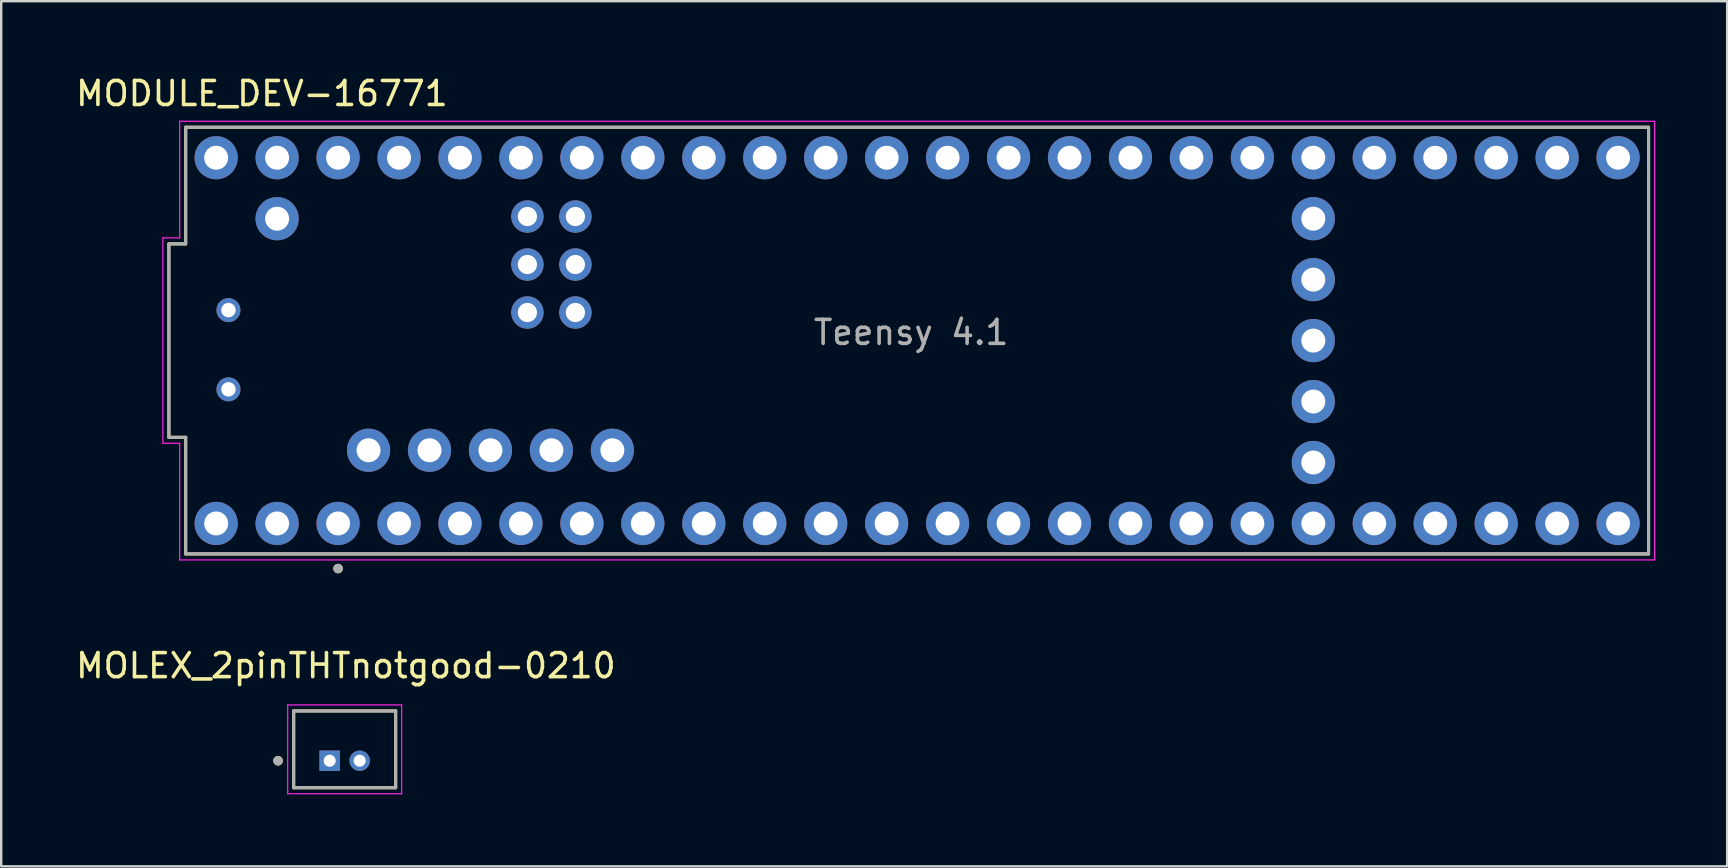
<source format=kicad_pcb>
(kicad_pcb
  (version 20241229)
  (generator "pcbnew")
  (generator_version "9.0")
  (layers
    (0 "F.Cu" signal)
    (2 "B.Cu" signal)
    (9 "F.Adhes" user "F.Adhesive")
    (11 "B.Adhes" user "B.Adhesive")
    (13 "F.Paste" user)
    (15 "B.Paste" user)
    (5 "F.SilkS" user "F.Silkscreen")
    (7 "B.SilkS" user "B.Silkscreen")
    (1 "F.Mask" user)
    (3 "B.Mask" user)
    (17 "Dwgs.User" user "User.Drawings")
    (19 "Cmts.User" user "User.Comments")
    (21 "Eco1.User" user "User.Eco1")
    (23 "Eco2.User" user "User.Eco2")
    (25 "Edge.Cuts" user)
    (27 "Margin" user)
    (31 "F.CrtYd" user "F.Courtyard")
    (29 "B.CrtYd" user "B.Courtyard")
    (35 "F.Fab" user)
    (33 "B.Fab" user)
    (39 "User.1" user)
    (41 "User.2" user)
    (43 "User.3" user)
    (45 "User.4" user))
  (footprint "MOLEX_2pinTHTnotgood-0210"
    (layer "F.Cu")
    (at 11.313 28.651)
    (property "Reference" "MOLEX_2pinTHTnotgood-0210" (at 0.05 -3.96 0) (layer "F.SilkS") (effects (font (size 1 1) (thickness 0.15))))
    (attr through_hole)
    (fp_line (start -2.125 1.125) (end -2.125 -2.075) (stroke (width 0.127) (type solid)) (layer "F.SilkS"))
    (fp_line (start 2.125 -2.075) (end -2.125 -2.075) (stroke (width 0.127) (type solid)) (layer "F.SilkS"))
    (fp_line (start 2.125 -2.075) (end 2.125 1.125) (stroke (width 0.127) (type solid)) (layer "F.SilkS"))
    (fp_line (start 2.125 1.125) (end -2.125 1.125) (stroke (width 0.127) (type solid)) (layer "F.SilkS"))
    (fp_circle (center -2.775 0) (end -2.675 0) (stroke (width 0.2) (type solid)) (fill no) (layer "F.SilkS"))
    (fp_line (start -2.375 -2.325) (end 2.375 -2.325) (stroke (width 0.05) (type solid)) (layer "F.CrtYd"))
    (fp_line (start -2.375 1.375) (end -2.375 -2.325) (stroke (width 0.05) (type solid)) (layer "F.CrtYd"))
    (fp_line (start 2.375 -2.325) (end 2.375 1.375) (stroke (width 0.05) (type solid)) (layer "F.CrtYd"))
    (fp_line (start 2.375 1.375) (end -2.375 1.375) (stroke (width 0.05) (type solid)) (layer "F.CrtYd"))
    (fp_line (start -2.125 -2.075) (end 2.125 -2.075) (stroke (width 0.127) (type solid)) (layer "F.Fab"))
    (fp_line (start -2.125 1.125) (end -2.125 -2.075) (stroke (width 0.127) (type solid)) (layer "F.Fab"))
    (fp_line (start 2.125 -2.075) (end 2.125 1.125) (stroke (width 0.127) (type solid)) (layer "F.Fab"))
    (fp_line (start 2.125 1.125) (end -2.125 1.125) (stroke (width 0.127) (type solid)) (layer "F.Fab"))
    (fp_circle (center -2.775 0) (end -2.675 0) (stroke (width 0.2) (type solid)) (fill no) (layer "F.Fab"))
    (pad "01" thru_hole rect (at -0.625 0) (size 0.85 0.85) (drill 0.5) (layers "*.Cu" "*.Mask"))
    (pad "02" thru_hole circle (at 0.625 0) (size 0.85 0.85) (drill 0.5) (layers "*.Cu" "*.Mask")))
  (footprint "MODULE_DEV-16771"
    (layer "F.Cu")
    (at 32.378 11.143)
    (property "Reference" "MODULE_DEV-16771" (at -24.515 -10.295 0) (layer "F.SilkS") (effects (font (size 1 1) (thickness 0.15))))
    (attr through_hole)
    (fp_line (start -28.39 4.03) (end -28.39 -4.03) (stroke (width 0.127) (type solid)) (layer "F.SilkS"))
    (fp_line (start -27.69 -8.89) (end -27.69 -4.03) (stroke (width 0.127) (type solid)) (layer "F.SilkS"))
    (fp_line (start -27.69 -8.89) (end 33.27 -8.89) (stroke (width 0.127) (type solid)) (layer "F.SilkS"))
    (fp_line (start -27.69 -4.03) (end -28.39 -4.03) (stroke (width 0.127) (type solid)) (layer "F.SilkS"))
    (fp_line (start -27.69 4.03) (end -28.39 4.03) (stroke (width 0.127) (type solid)) (layer "F.SilkS"))
    (fp_line (start -27.69 8.89) (end -27.69 4.03) (stroke (width 0.127) (type solid)) (layer "F.SilkS"))
    (fp_line (start 33.27 -8.89) (end 33.27 8.89) (stroke (width 0.127) (type solid)) (layer "F.SilkS"))
    (fp_line (start 33.27 8.89) (end -27.69 8.89) (stroke (width 0.127) (type solid)) (layer "F.SilkS"))
    (fp_circle (center -21.34 9.5) (end -21.24 9.5) (stroke (width 0.2) (type solid)) (fill no) (layer "F.SilkS"))
    (fp_line (start -28.64 4.28) (end -28.64 -4.28) (stroke (width 0.05) (type solid)) (layer "F.CrtYd"))
    (fp_line (start -27.94 -9.14) (end -27.94 -4.28) (stroke (width 0.05) (type solid)) (layer "F.CrtYd"))
    (fp_line (start -27.94 -9.14) (end 33.52 -9.14) (stroke (width 0.05) (type solid)) (layer "F.CrtYd"))
    (fp_line (start -27.94 -4.28) (end -28.64 -4.28) (stroke (width 0.05) (type solid)) (layer "F.CrtYd"))
    (fp_line (start -27.94 4.28) (end -28.64 4.28) (stroke (width 0.05) (type solid)) (layer "F.CrtYd"))
    (fp_line (start -27.94 9.14) (end -27.94 4.28) (stroke (width 0.05) (type solid)) (layer "F.CrtYd"))
    (fp_line (start 33.52 -9.14) (end 33.52 9.14) (stroke (width 0.05) (type solid)) (layer "F.CrtYd"))
    (fp_line (start 33.52 9.14) (end -27.94 9.14) (stroke (width 0.05) (type solid)) (layer "F.CrtYd"))
    (fp_line (start -28.39 4.03) (end -28.39 -4.03) (stroke (width 0.127) (type solid)) (layer "F.Fab"))
    (fp_line (start -27.69 -8.89) (end -27.69 -4.03) (stroke (width 0.127) (type solid)) (layer "F.Fab"))
    (fp_line (start -27.69 -8.89) (end 33.27 -8.89) (stroke (width 0.127) (type solid)) (layer "F.Fab"))
    (fp_line (start -27.69 -4.03) (end -28.39 -4.03) (stroke (width 0.127) (type solid)) (layer "F.Fab"))
    (fp_line (start -27.69 4.03) (end -28.39 4.03) (stroke (width 0.127) (type solid)) (layer "F.Fab"))
    (fp_line (start -27.69 8.89) (end -27.69 4.03) (stroke (width 0.127) (type solid)) (layer "F.Fab"))
    (fp_line (start 33.27 -8.89) (end 33.27 8.89) (stroke (width 0.127) (type solid)) (layer "F.Fab"))
    (fp_line (start 33.27 8.89) (end -27.69 8.89) (stroke (width 0.127) (type solid)) (layer "F.Fab"))
    (fp_circle (center -21.34 9.5) (end -21.24 9.5) (stroke (width 0.2) (type solid)) (fill no) (layer "F.Fab"))
    (fp_text user "Teensy 4.1" (at 2.54 -0.34 0) (layer "F.Fab") (effects (font (size 1 1) (thickness 0.15))))
    (pad "0" thru_hole circle (at -23.88 7.62) (size 1.8 1.8) (drill 1) (layers "*.Cu" "*.Mask"))
    (pad "1" thru_hole circle (at -21.34 7.62) (size 1.8 1.8) (drill 1) (layers "*.Cu" "*.Mask"))
    (pad "2" thru_hole circle (at -18.8 7.62) (size 1.8 1.8) (drill 1) (layers "*.Cu" "*.Mask"))
    (pad "3" thru_hole circle (at -16.26 7.62) (size 1.8 1.8) (drill 1) (layers "*.Cu" "*.Mask"))
    (pad "3.3V_1" thru_hole circle (at 9.14 7.62) (size 1.8 1.8) (drill 1) (layers "*.Cu" "*.Mask"))
    (pad "3.3V_2" thru_hole circle (at -21.34 -7.62) (size 1.8 1.8) (drill 1) (layers "*.Cu" "*.Mask"))
    (pad "3.3V_3" thru_hole circle (at 19.3 2.54) (size 1.8 1.8) (drill 1) (layers "*.Cu" "*.Mask"))
    (pad "4" thru_hole circle (at -13.72 7.62) (size 1.8 1.8) (drill 1) (layers "*.Cu" "*.Mask"))
    (pad "5" thru_hole circle (at -11.18 7.62) (size 1.8 1.8) (drill 1) (layers "*.Cu" "*.Mask"))
    (pad "5V" thru_hole circle (at -20.07 4.57) (size 1.8 1.8) (drill 1) (layers "*.Cu" "*.Mask"))
    (pad "6" thru_hole circle (at -8.64 7.62) (size 1.8 1.8) (drill 1) (layers "*.Cu" "*.Mask"))
    (pad "7" thru_hole circle (at -6.1 7.62) (size 1.8 1.8) (drill 1) (layers "*.Cu" "*.Mask"))
    (pad "8" thru_hole circle (at -3.56 7.62) (size 1.8 1.8) (drill 1) (layers "*.Cu" "*.Mask"))
    (pad "9" thru_hole circle (at -1.02 7.62) (size 1.8 1.8) (drill 1) (layers "*.Cu" "*.Mask"))
    (pad "10" thru_hole circle (at 1.52 7.62) (size 1.8 1.8) (drill 1) (layers "*.Cu" "*.Mask"))
    (pad "11" thru_hole circle (at 4.06 7.62) (size 1.8 1.8) (drill 1) (layers "*.Cu" "*.Mask"))
    (pad "12" thru_hole circle (at 6.6 7.62) (size 1.8 1.8) (drill 1) (layers "*.Cu" "*.Mask"))
    (pad "13" thru_hole circle (at 6.6 -7.62) (size 1.8 1.8) (drill 1) (layers "*.Cu" "*.Mask"))
    (pad "14" thru_hole circle (at 4.06 -7.62) (size 1.8 1.8) (drill 1) (layers "*.Cu" "*.Mask"))
    (pad "15" thru_hole circle (at 1.52 -7.62) (size 1.8 1.8) (drill 1) (layers "*.Cu" "*.Mask"))
    (pad "16" thru_hole circle (at -1.02 -7.62) (size 1.8 1.8) (drill 1) (layers "*.Cu" "*.Mask"))
    (pad "17" thru_hole circle (at -3.56 -7.62) (size 1.8 1.8) (drill 1) (layers "*.Cu" "*.Mask"))
    (pad "18" thru_hole circle (at -6.1 -7.62) (size 1.8 1.8) (drill 1) (layers "*.Cu" "*.Mask"))
    (pad "19" thru_hole circle (at -8.64 -7.62) (size 1.8 1.8) (drill 1) (layers "*.Cu" "*.Mask"))
    (pad "20" thru_hole circle (at -11.18 -7.62) (size 1.8 1.8) (drill 1) (layers "*.Cu" "*.Mask"))
    (pad "21" thru_hole circle (at -13.72 -7.62) (size 1.8 1.8) (drill 1) (layers "*.Cu" "*.Mask"))
    (pad "22" thru_hole circle (at -16.26 -7.62) (size 1.8 1.8) (drill 1) (layers "*.Cu" "*.Mask"))
    (pad "23" thru_hole circle (at -18.8 -7.62) (size 1.8 1.8) (drill 1) (layers "*.Cu" "*.Mask"))
    (pad "24" thru_hole circle (at 11.68 7.62) (size 1.8 1.8) (drill 1) (layers "*.Cu" "*.Mask"))
    (pad "25" thru_hole circle (at 14.22 7.62) (size 1.8 1.8) (drill 1) (layers "*.Cu" "*.Mask"))
    (pad "26" thru_hole circle (at 16.76 7.62) (size 1.8 1.8) (drill 1) (layers "*.Cu" "*.Mask"))
    (pad "27" thru_hole circle (at 19.3 7.62) (size 1.8 1.8) (drill 1) (layers "*.Cu" "*.Mask"))
    (pad "28" thru_hole circle (at 21.84 7.62) (size 1.8 1.8) (drill 1) (layers "*.Cu" "*.Mask"))
    (pad "29" thru_hole circle (at 24.38 7.62) (size 1.8 1.8) (drill 1) (layers "*.Cu" "*.Mask"))
    (pad "30" thru_hole circle (at 26.92 7.62) (size 1.8 1.8) (drill 1) (layers "*.Cu" "*.Mask"))
    (pad "31" thru_hole circle (at 29.46 7.62) (size 1.8 1.8) (drill 1) (layers "*.Cu" "*.Mask"))
    (pad "32" thru_hole circle (at 32 7.62) (size 1.8 1.8) (drill 1) (layers "*.Cu" "*.Mask"))
    (pad "33" thru_hole circle (at 32 -7.62) (size 1.8 1.8) (drill 1) (layers "*.Cu" "*.Mask"))
    (pad "34" thru_hole circle (at 29.46 -7.62) (size 1.8 1.8) (drill 1) (layers "*.Cu" "*.Mask"))
    (pad "35" thru_hole circle (at 26.92 -7.62) (size 1.8 1.8) (drill 1) (layers "*.Cu" "*.Mask"))
    (pad "36" thru_hole circle (at 24.38 -7.62) (size 1.8 1.8) (drill 1) (layers "*.Cu" "*.Mask"))
    (pad "37" thru_hole circle (at 21.84 -7.62) (size 1.8 1.8) (drill 1) (layers "*.Cu" "*.Mask"))
    (pad "38" thru_hole circle (at 19.3 -7.62) (size 1.8 1.8) (drill 1) (layers "*.Cu" "*.Mask"))
    (pad "39" thru_hole circle (at 16.76 -7.62) (size 1.8 1.8) (drill 1) (layers "*.Cu" "*.Mask"))
    (pad "40" thru_hole circle (at 14.22 -7.62) (size 1.8 1.8) (drill 1) (layers "*.Cu" "*.Mask"))
    (pad "41" thru_hole circle (at 11.68 -7.62) (size 1.8 1.8) (drill 1) (layers "*.Cu" "*.Mask"))
    (pad "D+" thru_hole circle (at -14.99 4.57) (size 1.8 1.8) (drill 1) (layers "*.Cu" "*.Mask"))
    (pad "D-" thru_hole circle (at -17.53 4.57) (size 1.8 1.8) (drill 1) (layers "*.Cu" "*.Mask"))
    (pad "Device_D+" thru_hole circle (at -25.908 2.032) (size 1 1) (drill 0.6) (layers "*.Cu" "*.Mask"))
    (pad "Device_D-" thru_hole circle (at -25.908 -1.27) (size 1 1) (drill 0.6) (layers "*.Cu" "*.Mask"))
    (pad "GND1" thru_hole circle (at -26.42 7.62) (size 1.8 1.8) (drill 1) (layers "*.Cu" "*.Mask"))
    (pad "GND2" thru_hole circle (at 9.14 -7.62) (size 1.8 1.8) (drill 1) (layers "*.Cu" "*.Mask"))
    (pad "GND3" thru_hole circle (at -23.88 -7.62) (size 1.8 1.8) (drill 1) (layers "*.Cu" "*.Mask"))
    (pad "GND4" thru_hole circle (at 19.3 0) (size 1.8 1.8) (drill 1) (layers "*.Cu" "*.Mask"))
    (pad "GND5" thru_hole circle (at -11.45 -3.17) (size 1.35 1.35) (drill 0.8) (layers "*.Cu" "*.Mask"))
    (pad "LED" thru_hole circle (at -13.45 -3.17) (size 1.35 1.35) (drill 0.8) (layers "*.Cu" "*.Mask"))
    (pad "ON/OFF" thru_hole circle (at 19.3 -5.08) (size 1.8 1.8) (drill 1) (layers "*.Cu" "*.Mask"))
    (pad "PROGRAM" thru_hole circle (at 19.3 -2.54) (size 1.8 1.8) (drill 1) (layers "*.Cu" "*.Mask"))
    (pad "R+" thru_hole circle (at -13.45 -5.17) (size 1.35 1.35) (drill 0.8) (layers "*.Cu" "*.Mask"))
    (pad "R-" thru_hole circle (at -11.45 -5.17) (size 1.35 1.35) (drill 0.8) (layers "*.Cu" "*.Mask"))
    (pad "T+" thru_hole circle (at -11.45 -1.17) (size 1.35 1.35) (drill 0.8) (layers "*.Cu" "*.Mask"))
    (pad "T-" thru_hole circle (at -13.45 -1.17) (size 1.35 1.35) (drill 0.8) (layers "*.Cu" "*.Mask"))
    (pad "USB_GND1" thru_hole circle (at -12.45 4.57) (size 1.8 1.8) (drill 1) (layers "*.Cu" "*.Mask"))
    (pad "USB_GND2" thru_hole circle (at -9.91 4.57) (size 1.8 1.8) (drill 1) (layers "*.Cu" "*.Mask"))
    (pad "VBAT" thru_hole circle (at 19.3 5.08) (size 1.8 1.8) (drill 1) (layers "*.Cu" "*.Mask"))
    (pad "VIN" thru_hole circle (at -26.42 -7.62) (size 1.8 1.8) (drill 1) (layers "*.Cu" "*.Mask"))
    (pad "VUSB" thru_hole circle (at -23.88 -5.08) (size 1.8 1.8) (drill 1) (layers "*.Cu" "*.Mask")))
  (gr_rect
    (start -3 -3)
    (end 68.923 33.051)
    (stroke (width 0.1) (type default))
    (fill no)
    (layer "Edge.Cuts")))
</source>
